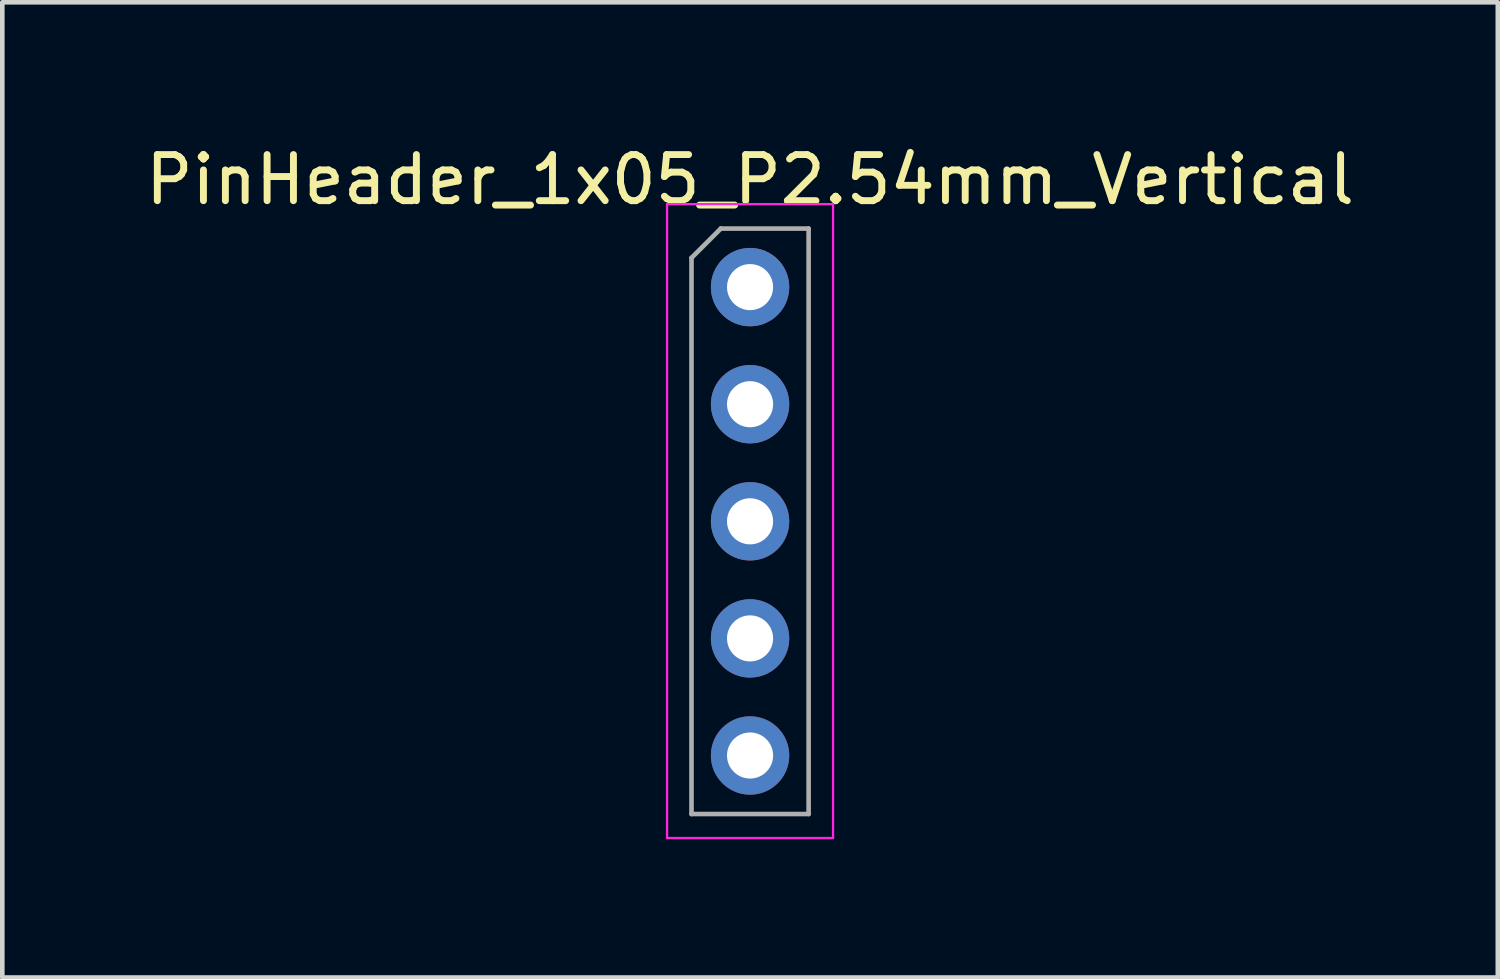
<source format=kicad_pcb>
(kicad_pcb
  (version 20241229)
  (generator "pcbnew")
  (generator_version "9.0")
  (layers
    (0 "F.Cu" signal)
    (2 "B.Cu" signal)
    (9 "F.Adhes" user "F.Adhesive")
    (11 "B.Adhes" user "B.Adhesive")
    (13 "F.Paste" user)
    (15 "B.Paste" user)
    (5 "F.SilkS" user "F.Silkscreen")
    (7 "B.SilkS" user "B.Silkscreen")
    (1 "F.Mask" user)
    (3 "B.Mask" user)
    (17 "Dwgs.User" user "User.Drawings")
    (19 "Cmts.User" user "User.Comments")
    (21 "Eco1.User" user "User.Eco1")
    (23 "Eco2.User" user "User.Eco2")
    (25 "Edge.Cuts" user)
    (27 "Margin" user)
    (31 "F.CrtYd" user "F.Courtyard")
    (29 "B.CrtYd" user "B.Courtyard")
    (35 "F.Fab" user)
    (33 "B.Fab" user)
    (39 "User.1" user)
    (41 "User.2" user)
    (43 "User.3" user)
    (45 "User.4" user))
  (footprint "PinHeader_1x05_P2.54mm_Vertical"
    (layer "F.Cu")
    (at 13.22 3.178)
    (property "Reference" "PinHeader_1x05_P2.54mm_Vertical" (at 0 -2.33 0) (layer "F.SilkS") (effects (font (size 1 1) (thickness 0.15))))
    (attr through_hole allow_missing_courtyard dnp)
    (fp_line (start -1.8 -1.8) (end -1.8 11.95) (stroke (width 0.05) (type solid)) (layer "F.CrtYd"))
    (fp_line (start -1.8 11.95) (end 1.8 11.95) (stroke (width 0.05) (type solid)) (layer "F.CrtYd"))
    (fp_line (start 1.8 -1.8) (end -1.8 -1.8) (stroke (width 0.05) (type solid)) (layer "F.CrtYd"))
    (fp_line (start 1.8 11.95) (end 1.8 -1.8) (stroke (width 0.05) (type solid)) (layer "F.CrtYd"))
    (fp_line (start -1.27 -0.635) (end -0.635 -1.27) (stroke (width 0.1) (type solid)) (layer "F.Fab"))
    (fp_line (start -1.27 11.43) (end -1.27 -0.635) (stroke (width 0.1) (type solid)) (layer "F.Fab"))
    (fp_line (start -0.635 -1.27) (end 1.27 -1.27) (stroke (width 0.1) (type solid)) (layer "F.Fab"))
    (fp_line (start 1.27 -1.27) (end 1.27 11.43) (stroke (width 0.1) (type solid)) (layer "F.Fab"))
    (fp_line (start 1.27 11.43) (end -1.27 11.43) (stroke (width 0.1) (type solid)) (layer "F.Fab"))
    (pad "1" thru_hole circle (at 0 0) (size 1.7 1.7) (drill 1) (layers "*.Cu" "*.Mask"))
    (pad "2" thru_hole oval (at 0 2.54) (size 1.7 1.7) (drill 1) (layers "*.Cu" "*.Mask"))
    (pad "3" thru_hole oval (at 0 5.08) (size 1.7 1.7) (drill 1) (layers "*.Cu" "*.Mask"))
    (pad "4" thru_hole oval (at 0 7.62) (size 1.7 1.7) (drill 1) (layers "*.Cu" "*.Mask"))
    (pad "5" thru_hole oval (at 0 10.16) (size 1.7 1.7) (drill 1) (layers "*.Cu" "*.Mask")))
  (gr_rect
    (start -3 -3)
    (end 29.44 18.153)
    (stroke (width 0.1) (type default))
    (fill no)
    (layer "Edge.Cuts")))
</source>
